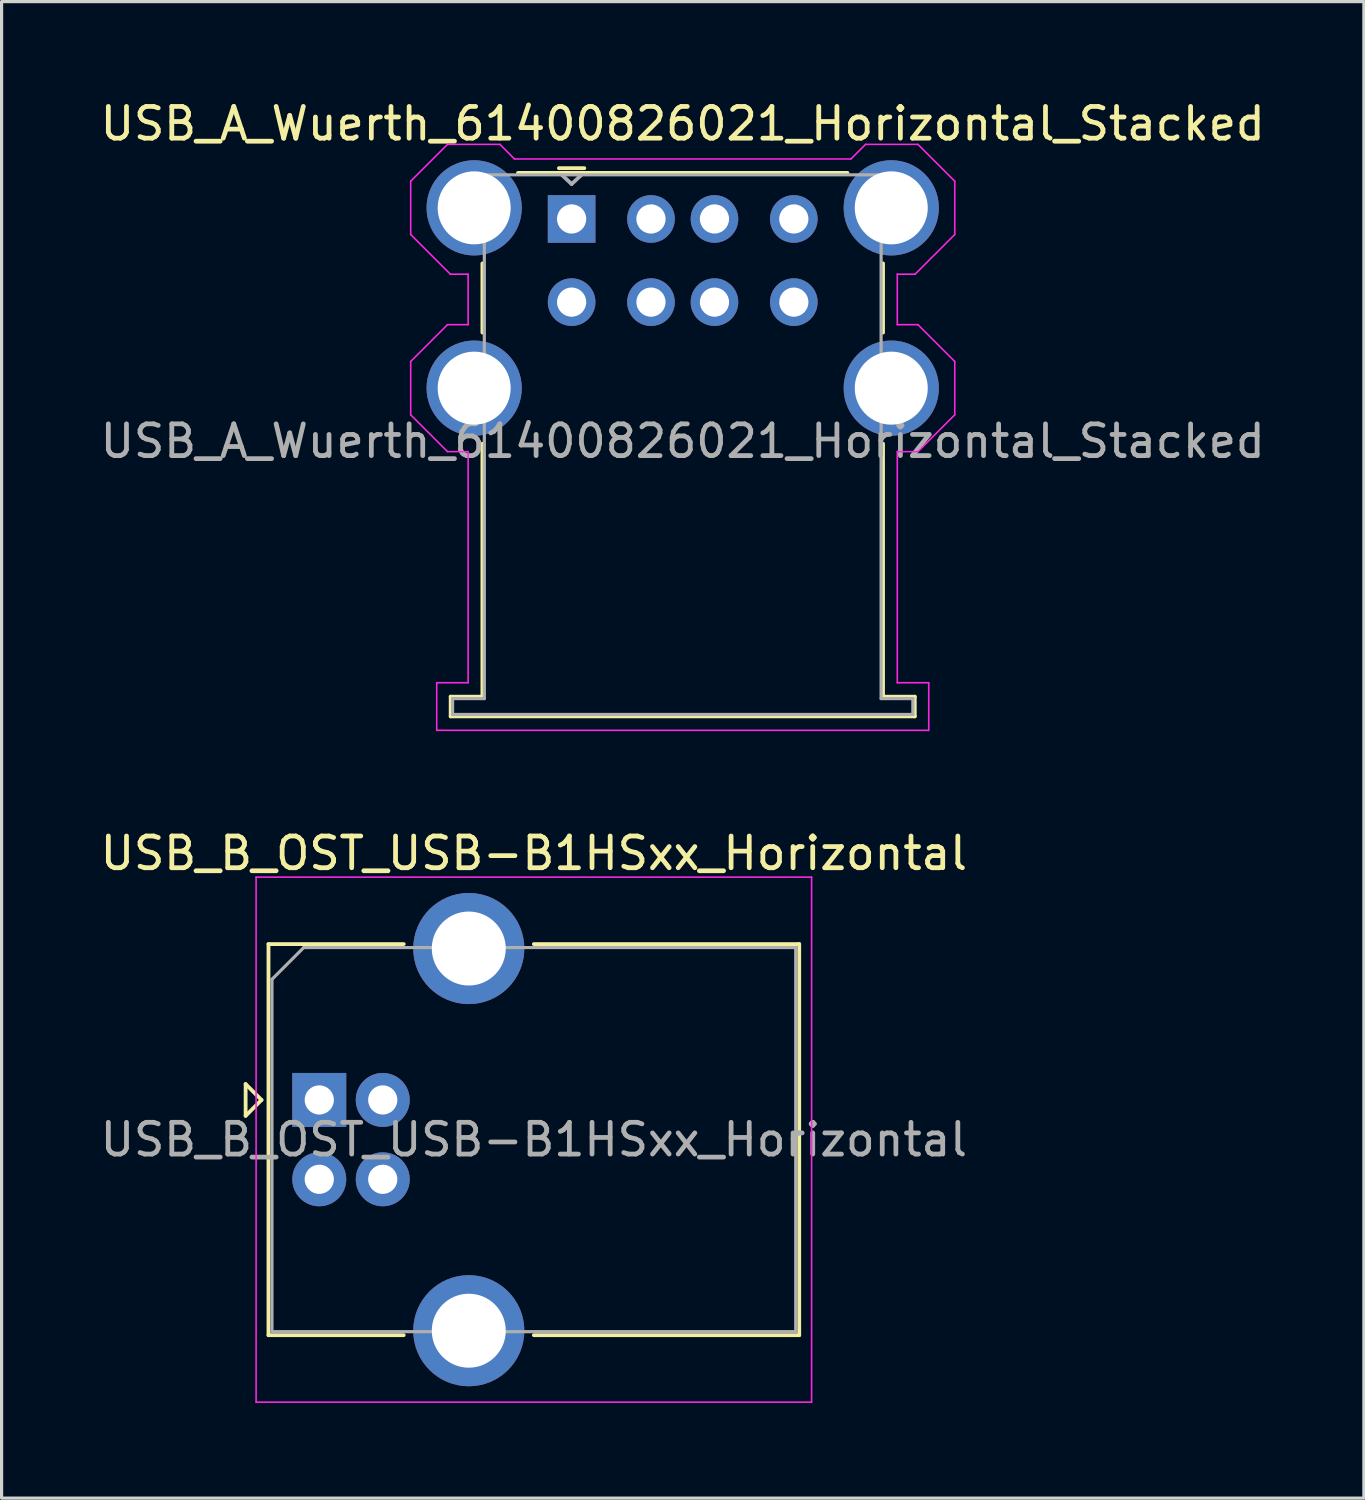
<source format=kicad_pcb>
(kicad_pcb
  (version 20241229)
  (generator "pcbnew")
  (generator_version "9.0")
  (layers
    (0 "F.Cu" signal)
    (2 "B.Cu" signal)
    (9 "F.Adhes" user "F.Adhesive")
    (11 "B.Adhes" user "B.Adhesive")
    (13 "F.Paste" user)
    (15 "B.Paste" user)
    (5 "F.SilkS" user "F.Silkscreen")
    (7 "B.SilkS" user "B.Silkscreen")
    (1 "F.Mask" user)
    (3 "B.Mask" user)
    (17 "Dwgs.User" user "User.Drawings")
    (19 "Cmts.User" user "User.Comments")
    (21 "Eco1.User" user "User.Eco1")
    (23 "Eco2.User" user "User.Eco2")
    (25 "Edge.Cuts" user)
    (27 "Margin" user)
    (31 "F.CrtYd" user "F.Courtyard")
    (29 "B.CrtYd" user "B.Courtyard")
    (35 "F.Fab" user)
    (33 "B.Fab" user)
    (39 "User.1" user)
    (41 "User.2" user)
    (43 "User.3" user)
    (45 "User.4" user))
  (footprint "USB_B_OST_USB-B1HSxx_Horizontal"
    (layer "F.Cu")
    (at 7.008 31.602)
    (property "Reference" "USB_B_OST_USB-B1HSxx_Horizontal" (at 6.76 -7.77 0) (layer "F.SilkS") (effects (font (size 1 1) (thickness 0.15))))
    (attr through_hole)
    (fp_line (start -2.32 -0.5) (end -2.32 0.5) (stroke (width 0.12) (type solid)) (layer "F.SilkS"))
    (fp_line (start -2.32 0.5) (end -1.82 0) (stroke (width 0.12) (type solid)) (layer "F.SilkS"))
    (fp_line (start -1.82 0) (end -2.32 -0.5) (stroke (width 0.12) (type solid)) (layer "F.SilkS"))
    (fp_line (start -1.6 -4.91) (end -1.6 7.41) (stroke (width 0.12) (type solid)) (layer "F.SilkS"))
    (fp_line (start -1.6 7.41) (end 2.66 7.41) (stroke (width 0.12) (type solid)) (layer "F.SilkS"))
    (fp_line (start 2.66 -4.91) (end -1.6 -4.91) (stroke (width 0.12) (type solid)) (layer "F.SilkS"))
    (fp_line (start 6.76 -4.91) (end 15.12 -4.91) (stroke (width 0.12) (type solid)) (layer "F.SilkS"))
    (fp_line (start 15.12 -4.91) (end 15.12 7.41) (stroke (width 0.12) (type solid)) (layer "F.SilkS"))
    (fp_line (start 15.12 7.41) (end 6.76 7.41) (stroke (width 0.12) (type solid)) (layer "F.SilkS"))
    (fp_line (start -1.99 -7.02) (end -1.99 9.52) (stroke (width 0.05) (type solid)) (layer "F.CrtYd"))
    (fp_line (start -1.99 9.52) (end 15.51 9.52) (stroke (width 0.05) (type solid)) (layer "F.CrtYd"))
    (fp_line (start 15.51 -7.02) (end -1.99 -7.02) (stroke (width 0.05) (type solid)) (layer "F.CrtYd"))
    (fp_line (start 15.51 9.52) (end 15.51 -7.02) (stroke (width 0.05) (type solid)) (layer "F.CrtYd"))
    (fp_line (start -1.49 -3.8) (end -0.49 -4.8) (stroke (width 0.1) (type solid)) (layer "F.Fab"))
    (fp_line (start -1.49 7.3) (end -1.49 -3.8) (stroke (width 0.1) (type solid)) (layer "F.Fab"))
    (fp_line (start -0.49 -4.8) (end 15.01 -4.8) (stroke (width 0.1) (type solid)) (layer "F.Fab"))
    (fp_line (start 15.01 -4.8) (end 15.01 7.3) (stroke (width 0.1) (type solid)) (layer "F.Fab"))
    (fp_line (start 15.01 7.3) (end -1.49 7.3) (stroke (width 0.1) (type solid)) (layer "F.Fab"))
    (fp_text user "${REFERENCE}" (at 6.76 1.25 0) (layer "F.Fab") (effects (font (size 1 1) (thickness 0.15))))
    (pad "1" thru_hole rect (at 0 0) (size 1.7 1.7) (drill 0.92) (layers "*.Cu" "*.Mask"))
    (pad "2" thru_hole circle (at 0 2.5) (size 1.7 1.7) (drill 0.92) (layers "*.Cu" "*.Mask"))
    (pad "3" thru_hole circle (at 2 2.5) (size 1.7 1.7) (drill 0.92) (layers "*.Cu" "*.Mask"))
    (pad "4" thru_hole circle (at 2 0) (size 1.7 1.7) (drill 0.92) (layers "*.Cu" "*.Mask"))
    (pad "5" thru_hole circle (at 4.71 -4.77) (size 3.5 3.5) (drill 2.33) (layers "*.Cu" "*.Mask"))
    (pad "5" thru_hole circle (at 4.71 7.27) (size 3.5 3.5) (drill 2.33) (layers "*.Cu" "*.Mask")))
  (footprint "USB_A_Wuerth_61400826021_Horizontal_Stacked"
    (layer "F.Cu")
    (at 14.958 3.848)
    (property "Reference" "USB_A_Wuerth_61400826021_Horizontal_Stacked" (at 3.5 -3 0) (layer "F.SilkS") (effects (font (size 1 1) (thickness 0.15))))
    (attr through_hole)
    (fp_line (start -3.81 15.05) (end -2.81 15.05) (stroke (width 0.12) (type solid)) (layer "F.SilkS"))
    (fp_line (start -3.81 15.67) (end -3.81 15.05) (stroke (width 0.12) (type solid)) (layer "F.SilkS"))
    (fp_line (start -2.81 3.58) (end -2.81 1.4) (stroke (width 0.12) (type solid)) (layer "F.SilkS"))
    (fp_line (start -2.81 15.05) (end -2.81 7.08) (stroke (width 0.12) (type solid)) (layer "F.SilkS"))
    (fp_line (start -1.69 -1.45) (end 8.69 -1.45) (stroke (width 0.12) (type solid)) (layer "F.SilkS"))
    (fp_line (start 0.4 -1.6) (end -0.4 -1.6) (stroke (width 0.12) (type solid)) (layer "F.SilkS"))
    (fp_line (start 9.81 3.58) (end 9.81 1.4) (stroke (width 0.12) (type solid)) (layer "F.SilkS"))
    (fp_line (start 9.81 7.08) (end 9.81 15.05) (stroke (width 0.12) (type solid)) (layer "F.SilkS"))
    (fp_line (start 9.81 15.05) (end 10.81 15.05) (stroke (width 0.12) (type solid)) (layer "F.SilkS"))
    (fp_line (start 10.81 15.05) (end 10.81 15.67) (stroke (width 0.12) (type solid)) (layer "F.SilkS"))
    (fp_line (start 10.81 15.67) (end -3.81 15.67) (stroke (width 0.12) (type solid)) (layer "F.SilkS"))
    (fp_line (start -5.07 -1.19) (end -5.07 0.49) (stroke (width 0.05) (type solid)) (layer "F.CrtYd"))
    (fp_line (start -5.07 0.49) (end -3.82 1.74) (stroke (width 0.05) (type solid)) (layer "F.CrtYd"))
    (fp_line (start -5.07 4.49) (end -5.07 6.17) (stroke (width 0.05) (type solid)) (layer "F.CrtYd"))
    (fp_line (start -5.07 6.17) (end -3.91 7.33) (stroke (width 0.05) (type solid)) (layer "F.CrtYd"))
    (fp_line (start -4.25 14.61) (end -4.25 16.11) (stroke (width 0.05) (type solid)) (layer "F.CrtYd"))
    (fp_line (start -4.25 16.11) (end 11.25 16.11) (stroke (width 0.05) (type solid)) (layer "F.CrtYd"))
    (fp_line (start -3.91 -2.35) (end -5.07 -1.19) (stroke (width 0.05) (type solid)) (layer "F.CrtYd"))
    (fp_line (start -3.91 3.33) (end -5.07 4.49) (stroke (width 0.05) (type solid)) (layer "F.CrtYd"))
    (fp_line (start -3.91 3.33) (end -3.26 3.33) (stroke (width 0.05) (type solid)) (layer "F.CrtYd"))
    (fp_line (start -3.82 1.74) (end -3.26 1.74) (stroke (width 0.05) (type solid)) (layer "F.CrtYd"))
    (fp_line (start -3.26 1.74) (end -3.26 3.33) (stroke (width 0.05) (type solid)) (layer "F.CrtYd"))
    (fp_line (start -3.26 7.33) (end -3.91 7.33) (stroke (width 0.05) (type solid)) (layer "F.CrtYd"))
    (fp_line (start -3.26 7.33) (end -3.26 14.61) (stroke (width 0.05) (type solid)) (layer "F.CrtYd"))
    (fp_line (start -3.26 14.61) (end -4.25 14.61) (stroke (width 0.05) (type solid)) (layer "F.CrtYd"))
    (fp_line (start -2.26 -2.35) (end -3.91 -2.35) (stroke (width 0.05) (type solid)) (layer "F.CrtYd"))
    (fp_line (start -2.26 -2.35) (end -1.8 -1.89) (stroke (width 0.05) (type solid)) (layer "F.CrtYd"))
    (fp_line (start 8.8 -1.89) (end -1.8 -1.89) (stroke (width 0.05) (type solid)) (layer "F.CrtYd"))
    (fp_line (start 9.26 -2.35) (end 8.8 -1.89) (stroke (width 0.05) (type solid)) (layer "F.CrtYd"))
    (fp_line (start 10.26 1.74) (end 10.26 3.33) (stroke (width 0.05) (type solid)) (layer "F.CrtYd"))
    (fp_line (start 10.26 1.74) (end 10.82 1.74) (stroke (width 0.05) (type solid)) (layer "F.CrtYd"))
    (fp_line (start 10.26 3.33) (end 10.91 3.33) (stroke (width 0.05) (type solid)) (layer "F.CrtYd"))
    (fp_line (start 10.26 7.33) (end 10.26 14.61) (stroke (width 0.05) (type solid)) (layer "F.CrtYd"))
    (fp_line (start 10.26 7.33) (end 10.91 7.33) (stroke (width 0.05) (type solid)) (layer "F.CrtYd"))
    (fp_line (start 10.26 14.61) (end 11.25 14.61) (stroke (width 0.05) (type solid)) (layer "F.CrtYd"))
    (fp_line (start 10.91 -2.35) (end 9.26 -2.35) (stroke (width 0.05) (type solid)) (layer "F.CrtYd"))
    (fp_line (start 10.91 -2.35) (end 12.07 -1.19) (stroke (width 0.05) (type solid)) (layer "F.CrtYd"))
    (fp_line (start 10.91 3.33) (end 12.07 4.49) (stroke (width 0.05) (type solid)) (layer "F.CrtYd"))
    (fp_line (start 11.25 14.61) (end 11.25 16.11) (stroke (width 0.05) (type solid)) (layer "F.CrtYd"))
    (fp_line (start 12.07 -1.19) (end 12.07 0.49) (stroke (width 0.05) (type solid)) (layer "F.CrtYd"))
    (fp_line (start 12.07 0.49) (end 10.82 1.74) (stroke (width 0.05) (type solid)) (layer "F.CrtYd"))
    (fp_line (start 12.07 4.49) (end 12.07 6.17) (stroke (width 0.05) (type solid)) (layer "F.CrtYd"))
    (fp_line (start 12.07 6.17) (end 10.91 7.33) (stroke (width 0.05) (type solid)) (layer "F.CrtYd"))
    (fp_line (start -3.75 15.11) (end -3.75 15.61) (stroke (width 0.1) (type solid)) (layer "F.Fab"))
    (fp_line (start -2.75 -1.39) (end -2.75 15.11) (stroke (width 0.1) (type solid)) (layer "F.Fab"))
    (fp_line (start -2.75 15.11) (end -3.75 15.11) (stroke (width 0.1) (type solid)) (layer "F.Fab"))
    (fp_line (start 0 -1.1) (end -0.3 -1.38) (stroke (width 0.12) (type solid)) (layer "F.Fab"))
    (fp_line (start 0 -1.1) (end 0.3 -1.38) (stroke (width 0.12) (type solid)) (layer "F.Fab"))
    (fp_line (start 9.75 -1.39) (end -2.75 -1.39) (stroke (width 0.1) (type solid)) (layer "F.Fab"))
    (fp_line (start 9.75 -1.39) (end 9.75 15.11) (stroke (width 0.1) (type solid)) (layer "F.Fab"))
    (fp_line (start 9.75 15.11) (end 10.75 15.11) (stroke (width 0.1) (type solid)) (layer "F.Fab"))
    (fp_line (start 10.75 15.11) (end 10.75 15.61) (stroke (width 0.1) (type solid)) (layer "F.Fab"))
    (fp_line (start 10.75 15.61) (end -3.75 15.61) (stroke (width 0.1) (type solid)) (layer "F.Fab"))
    (fp_text user "${REFERENCE}" (at 3.5 7 0) (layer "F.Fab") (effects (font (size 1 1) (thickness 0.15))))
    (pad "1" thru_hole rect (at 0 0) (size 1.5 1.5) (drill 0.92) (layers "*.Cu" "*.Mask"))
    (pad "2" thru_hole circle (at 2.5 0) (size 1.5 1.5) (drill 0.92) (layers "*.Cu" "*.Mask"))
    (pad "3" thru_hole circle (at 4.5 0) (size 1.5 1.5) (drill 0.92) (layers "*.Cu" "*.Mask"))
    (pad "4" thru_hole circle (at 7 0) (size 1.5 1.5) (drill 0.92) (layers "*.Cu" "*.Mask"))
    (pad "5" thru_hole circle (at 0 2.62) (size 1.5 1.5) (drill 0.92) (layers "*.Cu" "*.Mask"))
    (pad "6" thru_hole circle (at 2.5 2.62) (size 1.5 1.5) (drill 0.92) (layers "*.Cu" "*.Mask"))
    (pad "7" thru_hole circle (at 4.5 2.62) (size 1.5 1.5) (drill 0.92) (layers "*.Cu" "*.Mask"))
    (pad "8" thru_hole circle (at 7 2.62) (size 1.5 1.5) (drill 0.92) (layers "*.Cu" "*.Mask"))
    (pad "9" thru_hole circle (at -3.07 -0.35) (size 3 3) (drill 2.3) (layers "*.Cu" "*.Mask"))
    (pad "9" thru_hole circle (at -3.07 5.33) (size 3 3) (drill 2.3) (layers "*.Cu" "*.Mask"))
    (pad "9" thru_hole circle (at 10.07 -0.35) (size 3 3) (drill 2.3) (layers "*.Cu" "*.Mask"))
    (pad "9" thru_hole circle (at 10.07 5.33) (size 3 3) (drill 2.3) (layers "*.Cu" "*.Mask")))
  (gr_rect
    (start -3 -3)
    (end 39.917 44.147)
    (stroke (width 0.1) (type default))
    (fill no)
    (layer "Edge.Cuts")))
</source>
